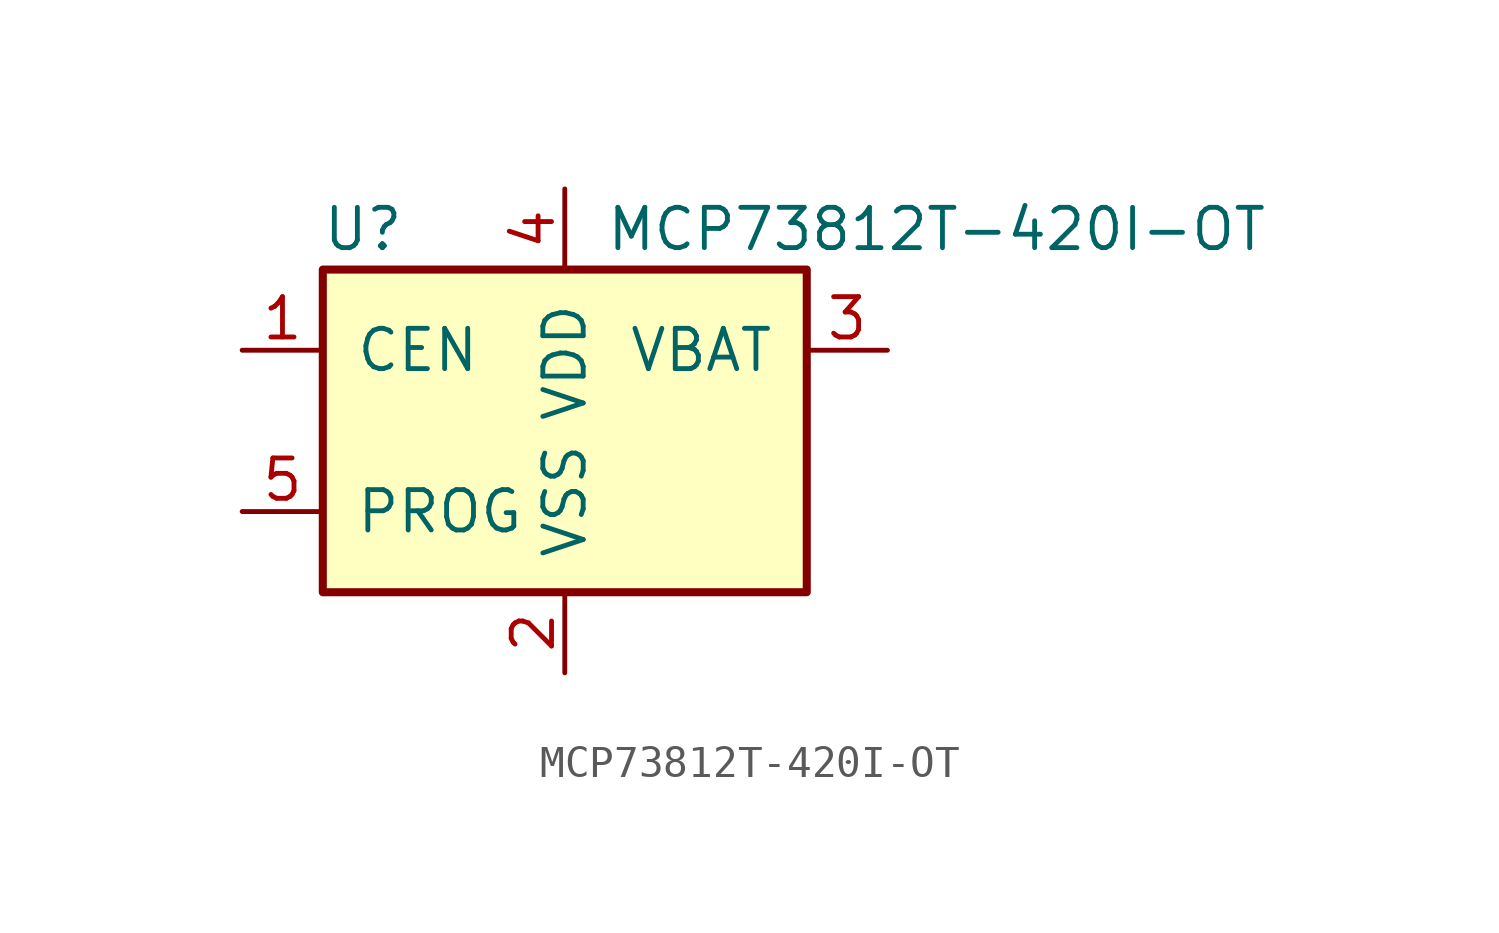
<source format=kicad_sym>
(kicad_symbol_lib
  (version 20220914)
  (generator kicad_symbol_editor)
  (symbol "MCP73812T-420I-OT"
    (pin_names
      (offset 1.016))
    (property "Reference" "U"
      (at -6.35 6.35 0)
      (effects (font (size 1.27 1.27))))
    (property "Value" "MCP73812T-420I-OT"
      (at 1.27 6.35 0)
      (effects (font (size 1.27 1.27)) (justify left)))
    (symbol "MCP73812T-420I-OT_0_1"
      (rectangle (start -7.62 5.08) (end 7.62 -5.08) (stroke (width 0.254) (type default)) (fill (type background))))
    (symbol "MCP73812T-420I-OT_1_1"
      (pin input line (at -10.16 2.54 0) (length 2.54) (name "CEN" (effects (font (size 1.27 1.27)))) (number "1" (effects (font (size 1.27 1.27)))))
      (pin power_in line (at 0 -7.62 90) (length 2.54) (name "VSS" (effects (font (size 1.27 1.27)))) (number "2" (effects (font (size 1.27 1.27)))))
      (pin power_out line (at 10.16 2.54 180) (length 2.54) (name "VBAT" (effects (font (size 1.27 1.27)))) (number "3" (effects (font (size 1.27 1.27)))))
      (pin power_in line (at 0 7.62 270) (length 2.54) (name "VDD" (effects (font (size 1.27 1.27)))) (number "4" (effects (font (size 1.27 1.27)))))
      (pin input line (at -10.16 -2.54 0) (length 2.54) (name "PROG" (effects (font (size 1.27 1.27)))) (number "5" (effects (font (size 1.27 1.27))))))))
</source>
